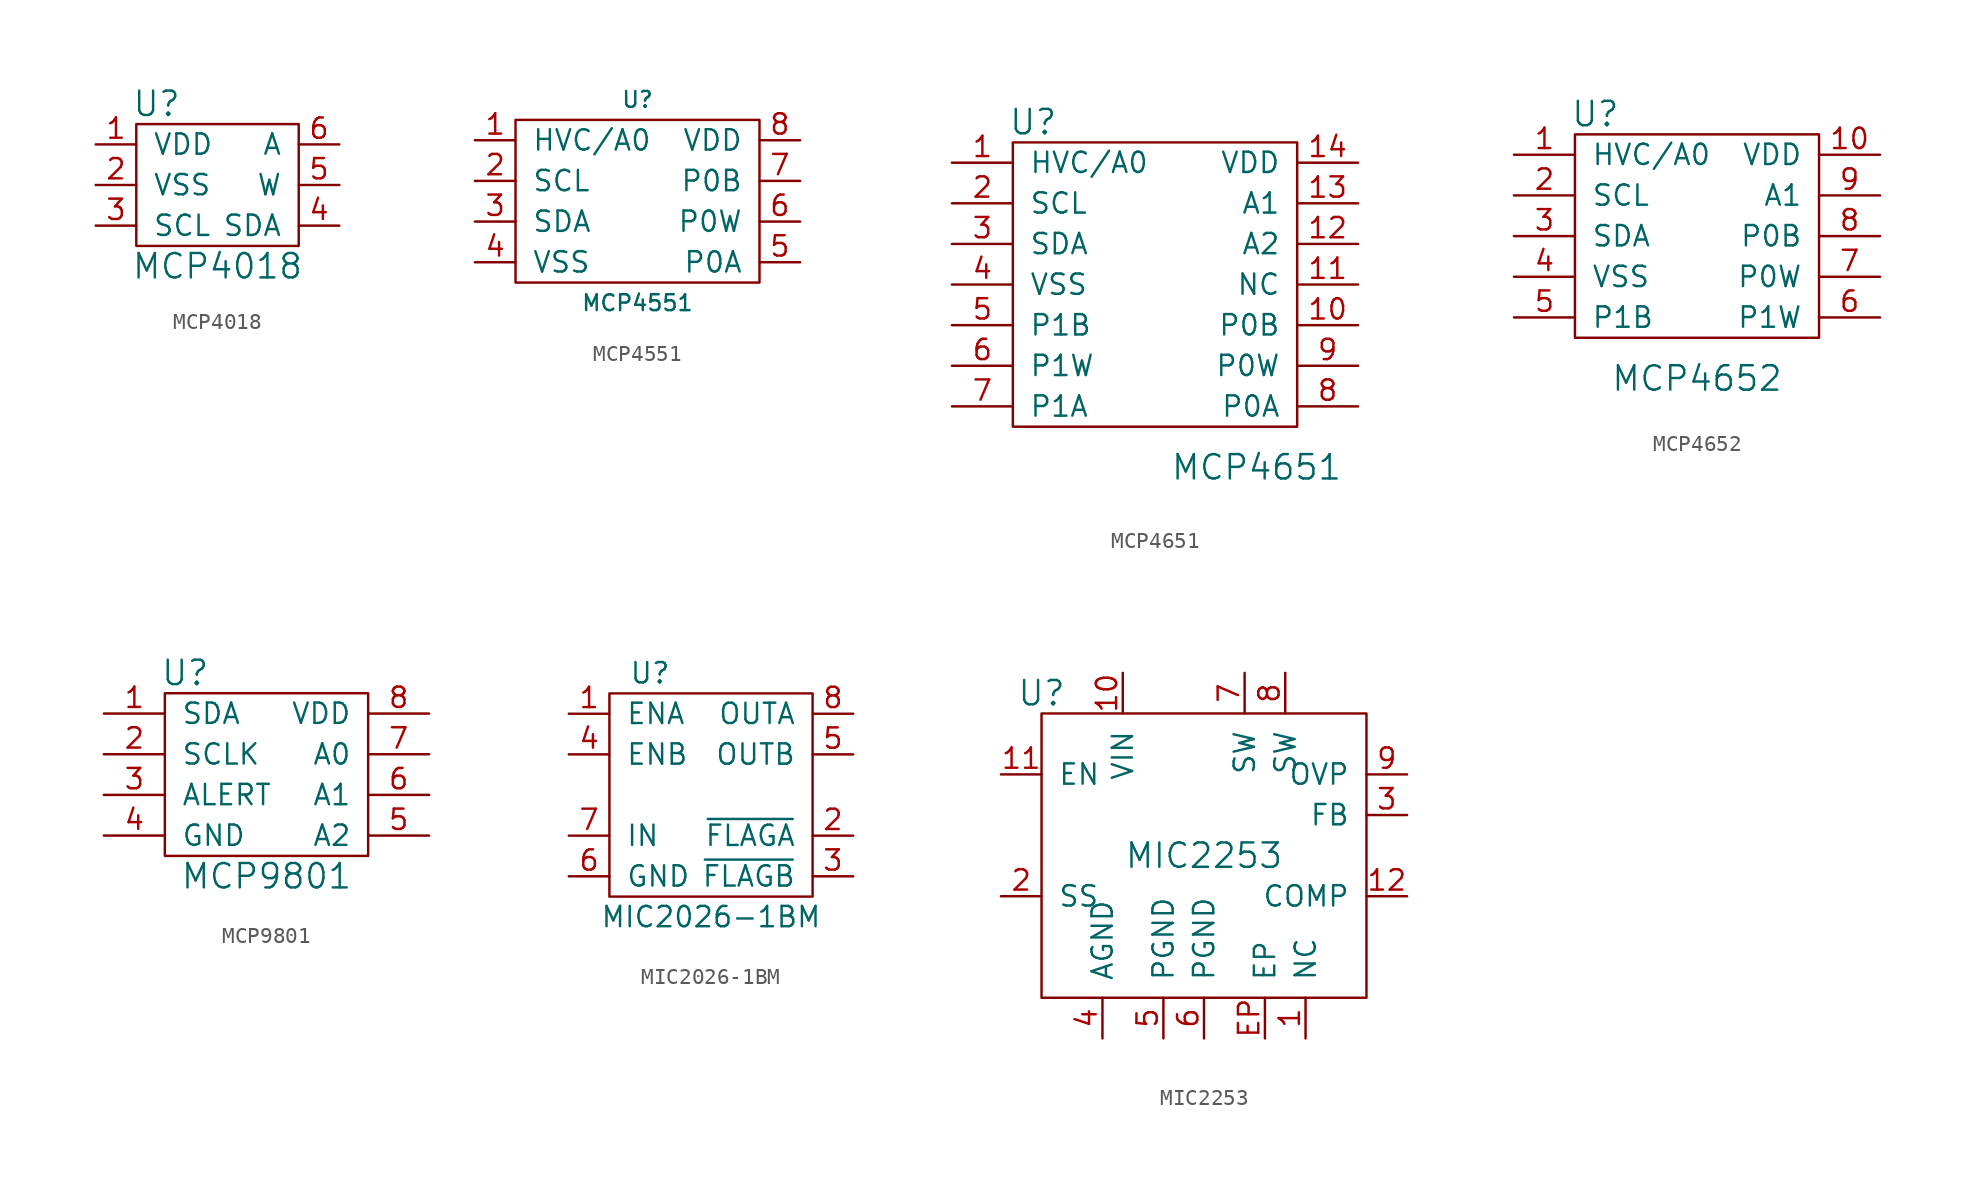
<source format=kicad_sym>
(kicad_symbol_lib
  (version 20211014)
  (generator kicad_symbol_editor)
  (symbol "MCP4018"
    (pin_names
      (offset 1.016))
    (property "Reference" "U"
      (at -3.81 5.08 0)
      (effects (font (size 1.524 1.524))))
    (property "Value" "MCP4018"
      (at 0 -5.08 0)
      (effects (font (size 1.524 1.524))))
    (symbol "MCP4018_0_1"
      (rectangle (start -5.08 3.81) (end 5.08 -3.81) (stroke (width 0) (type default) (color 0 0 0 0)) (fill (type none))))
    (symbol "MCP4018_1_1"
      (pin input line (at -7.62 2.54 0) (length 2.54) (name "VDD" (effects (font (size 1.27 1.27)))) (number "1" (effects (font (size 1.27 1.27)))))
      (pin passive line (at -7.62 0 0) (length 2.54) (name "VSS" (effects (font (size 1.27 1.27)))) (number "2" (effects (font (size 1.27 1.27)))))
      (pin passive line (at -7.62 -2.54 0) (length 2.54) (name "SCL" (effects (font (size 1.27 1.27)))) (number "3" (effects (font (size 1.27 1.27)))))
      (pin passive line (at 7.62 -2.54 180) (length 2.54) (name "SDA" (effects (font (size 1.27 1.27)))) (number "4" (effects (font (size 1.27 1.27)))))
      (pin passive line (at 7.62 0 180) (length 2.54) (name "W" (effects (font (size 1.27 1.27)))) (number "5" (effects (font (size 1.27 1.27)))))
      (pin passive line (at 7.62 2.54 180) (length 2.54) (name "A" (effects (font (size 1.27 1.27)))) (number "6" (effects (font (size 1.27 1.27)))))))
  (symbol "MCP4551"
    (pin_names
      (offset 1.016))
    (property "Reference" "U"
      (at 0 6.35 0)
      (effects (font (size 0.991 0.991))))
    (property "Value" "MCP4551"
      (at 0 -6.35 0)
      (effects (font (size 0.991 0.991))))
    (symbol "MCP4551_0_1"
      (rectangle (start -7.62 5.08) (end 7.62 -5.08) (stroke (width 0) (type default) (color 0 0 0 0)) (fill (type none))))
    (symbol "MCP4551_1_1"
      (pin passive line (at -10.16 3.81 0) (length 2.54) (name "HVC/A0" (effects (font (size 1.27 1.27)))) (number "1" (effects (font (size 1.27 1.27)))))
      (pin passive line (at -10.16 1.27 0) (length 2.54) (name "SCL" (effects (font (size 1.27 1.27)))) (number "2" (effects (font (size 1.27 1.27)))))
      (pin passive line (at -10.16 -1.27 0) (length 2.54) (name "SDA" (effects (font (size 1.27 1.27)))) (number "3" (effects (font (size 1.27 1.27)))))
      (pin passive line (at -10.16 -3.81 0) (length 2.54) (name "VSS" (effects (font (size 1.27 1.27)))) (number "4" (effects (font (size 1.27 1.27)))))
      (pin passive line (at 10.16 -3.81 180) (length 2.54) (name "P0A" (effects (font (size 1.27 1.27)))) (number "5" (effects (font (size 1.27 1.27)))))
      (pin passive line (at 10.16 -1.27 180) (length 2.54) (name "P0W" (effects (font (size 1.27 1.27)))) (number "6" (effects (font (size 1.27 1.27)))))
      (pin passive line (at 10.16 1.27 180) (length 2.54) (name "P0B" (effects (font (size 1.27 1.27)))) (number "7" (effects (font (size 1.27 1.27)))))
      (pin passive line (at 10.16 3.81 180) (length 2.54) (name "VDD" (effects (font (size 1.27 1.27)))) (number "8" (effects (font (size 1.27 1.27)))))))
  (symbol "MCP4651"
    (pin_names
      (offset 1.016))
    (property "Reference" "U"
      (at -7.62 10.16 0)
      (effects (font (size 1.524 1.524))))
    (property "Value" "MCP4651"
      (at 6.35 -11.43 0)
      (effects (font (size 1.524 1.524))))
    (property "Footprint" ""
      (at 0 0 0)
      (effects (font (size 1.524 1.524))))
    (property "Datasheet" ""
      (at 0 0 0)
      (effects (font (size 1.524 1.524))))
    (symbol "MCP4651_0_1"
      (rectangle (start -8.89 8.89) (end 8.89 -8.89) (stroke (width 0) (type default) (color 0 0 0 0)) (fill (type none))))
    (symbol "MCP4651_1_1"
      (pin passive line (at -12.7 7.62 0) (length 3.81) (name "HVC/A0" (effects (font (size 1.27 1.27)))) (number "1" (effects (font (size 1.27 1.27)))))
      (pin passive line (at 12.7 -2.54 180) (length 3.81) (name "P0B" (effects (font (size 1.27 1.27)))) (number "10" (effects (font (size 1.27 1.27)))))
      (pin input line (at 12.7 0 180) (length 3.81) (name "NC" (effects (font (size 1.27 1.27)))) (number "11" (effects (font (size 1.27 1.27)))))
      (pin passive line (at 12.7 2.54 180) (length 3.81) (name "A2" (effects (font (size 1.27 1.27)))) (number "12" (effects (font (size 1.27 1.27)))))
      (pin passive line (at 12.7 5.08 180) (length 3.81) (name "A1" (effects (font (size 1.27 1.27)))) (number "13" (effects (font (size 1.27 1.27)))))
      (pin passive line (at 12.7 7.62 180) (length 3.81) (name "VDD" (effects (font (size 1.27 1.27)))) (number "14" (effects (font (size 1.27 1.27)))))
      (pin passive line (at -12.7 5.08 0) (length 3.81) (name "SCL" (effects (font (size 1.27 1.27)))) (number "2" (effects (font (size 1.27 1.27)))))
      (pin passive line (at -12.7 2.54 0) (length 3.81) (name "SDA" (effects (font (size 1.27 1.27)))) (number "3" (effects (font (size 1.27 1.27)))))
      (pin passive line (at -12.7 0 0) (length 3.81) (name "VSS" (effects (font (size 1.27 1.27)))) (number "4" (effects (font (size 1.27 1.27)))))
      (pin passive line (at -12.7 -2.54 0) (length 3.81) (name "P1B" (effects (font (size 1.27 1.27)))) (number "5" (effects (font (size 1.27 1.27)))))
      (pin passive line (at -12.7 -5.08 0) (length 3.81) (name "P1W" (effects (font (size 1.27 1.27)))) (number "6" (effects (font (size 1.27 1.27)))))
      (pin passive line (at -12.7 -7.62 0) (length 3.81) (name "P1A" (effects (font (size 1.27 1.27)))) (number "7" (effects (font (size 1.27 1.27)))))
      (pin passive line (at 12.7 -7.62 180) (length 3.81) (name "P0A" (effects (font (size 1.27 1.27)))) (number "8" (effects (font (size 1.27 1.27)))))
      (pin passive line (at 12.7 -5.08 180) (length 3.81) (name "P0W" (effects (font (size 1.27 1.27)))) (number "9" (effects (font (size 1.27 1.27)))))))
  (symbol "MCP4652"
    (pin_names
      (offset 1.016))
    (property "Reference" "U"
      (at -6.35 7.62 0)
      (effects (font (size 1.524 1.524))))
    (property "Value" "MCP4652"
      (at 0 -8.89 0)
      (effects (font (size 1.524 1.524))))
    (property "Footprint" ""
      (at 0 0 0)
      (effects (font (size 1.524 1.524))))
    (property "Datasheet" ""
      (at 0 0 0)
      (effects (font (size 1.524 1.524))))
    (symbol "MCP4652_0_1"
      (rectangle (start -7.62 6.35) (end 7.62 -6.35) (stroke (width 0) (type default) (color 0 0 0 0)) (fill (type none))))
    (symbol "MCP4652_1_1"
      (pin passive line (at -11.43 5.08 0) (length 3.81) (name "HVC/A0" (effects (font (size 1.27 1.27)))) (number "1" (effects (font (size 1.27 1.27)))))
      (pin passive line (at 11.43 5.08 180) (length 3.81) (name "VDD" (effects (font (size 1.27 1.27)))) (number "10" (effects (font (size 1.27 1.27)))))
      (pin passive line (at -11.43 2.54 0) (length 3.81) (name "SCL" (effects (font (size 1.27 1.27)))) (number "2" (effects (font (size 1.27 1.27)))))
      (pin passive line (at -11.43 0 0) (length 3.81) (name "SDA" (effects (font (size 1.27 1.27)))) (number "3" (effects (font (size 1.27 1.27)))))
      (pin passive line (at -11.43 -2.54 0) (length 3.81) (name "VSS" (effects (font (size 1.27 1.27)))) (number "4" (effects (font (size 1.27 1.27)))))
      (pin passive line (at -11.43 -5.08 0) (length 3.81) (name "P1B" (effects (font (size 1.27 1.27)))) (number "5" (effects (font (size 1.27 1.27)))))
      (pin passive line (at 11.43 -5.08 180) (length 3.81) (name "P1W" (effects (font (size 1.27 1.27)))) (number "6" (effects (font (size 1.27 1.27)))))
      (pin passive line (at 11.43 -2.54 180) (length 3.81) (name "P0W" (effects (font (size 1.27 1.27)))) (number "7" (effects (font (size 1.27 1.27)))))
      (pin passive line (at 11.43 0 180) (length 3.81) (name "P0B" (effects (font (size 1.27 1.27)))) (number "8" (effects (font (size 1.27 1.27)))))
      (pin passive line (at 11.43 2.54 180) (length 3.81) (name "A1" (effects (font (size 1.27 1.27)))) (number "9" (effects (font (size 1.27 1.27)))))))
  (symbol "MCP9801"
    (pin_names
      (offset 1.016))
    (property "Reference" "U"
      (at -5.08 6.35 0)
      (effects (font (size 1.524 1.524))))
    (property "Value" "MCP9801"
      (at 0 -6.35 0)
      (effects (font (size 1.524 1.524))))
    (property "Footprint" ""
      (at 0 0 0)
      (effects (font (size 1.524 1.524))))
    (property "Datasheet" ""
      (at 0 0 0)
      (effects (font (size 1.524 1.524))))
    (symbol "MCP9801_0_1"
      (rectangle (start -6.35 5.08) (end 6.35 -5.08) (stroke (width 0) (type default) (color 0 0 0 0)) (fill (type none))))
    (symbol "MCP9801_1_1"
      (pin passive line (at -10.16 3.81 0) (length 3.81) (name "SDA" (effects (font (size 1.27 1.27)))) (number "1" (effects (font (size 1.27 1.27)))))
      (pin passive line (at -10.16 1.27 0) (length 3.81) (name "SCLK" (effects (font (size 1.27 1.27)))) (number "2" (effects (font (size 1.27 1.27)))))
      (pin passive line (at -10.16 -1.27 0) (length 3.81) (name "ALERT" (effects (font (size 1.27 1.27)))) (number "3" (effects (font (size 1.27 1.27)))))
      (pin passive line (at -10.16 -3.81 0) (length 3.81) (name "GND" (effects (font (size 1.27 1.27)))) (number "4" (effects (font (size 1.27 1.27)))))
      (pin passive line (at 10.16 -3.81 180) (length 3.81) (name "A2" (effects (font (size 1.27 1.27)))) (number "5" (effects (font (size 1.27 1.27)))))
      (pin passive line (at 10.16 -1.27 180) (length 3.81) (name "A1" (effects (font (size 1.27 1.27)))) (number "6" (effects (font (size 1.27 1.27)))))
      (pin passive line (at 10.16 1.27 180) (length 3.81) (name "A0" (effects (font (size 1.27 1.27)))) (number "7" (effects (font (size 1.27 1.27)))))
      (pin passive line (at 10.16 3.81 180) (length 3.81) (name "VDD" (effects (font (size 1.27 1.27)))) (number "8" (effects (font (size 1.27 1.27)))))))
  (symbol "MIC2026-1BM"
    (pin_names
      (offset 1.016))
    (property "Reference" "U"
      (at -3.81 7.62 0)
      (effects (font (size 1.27 1.27))))
    (property "Value" "MIC2026-1BM"
      (at 0 -7.62 0)
      (effects (font (size 1.27 1.27))))
    (symbol "MIC2026-1BM_0_1"
      (rectangle (start -6.35 6.35) (end 6.35 -6.35) (stroke (width 0) (type default) (color 0 0 0 0)) (fill (type none))))
    (symbol "MIC2026-1BM_1_1"
      (pin passive line (at -8.89 5.08 0) (length 2.54) (name "ENA" (effects (font (size 1.27 1.27)))) (number "1" (effects (font (size 1.27 1.27)))))
      (pin passive line (at 8.89 -2.54 180) (length 2.54) (name "~{FLAGA}" (effects (font (size 1.27 1.27)))) (number "2" (effects (font (size 1.27 1.27)))))
      (pin passive line (at 8.89 -5.08 180) (length 2.54) (name "~{FLAGB}" (effects (font (size 1.27 1.27)))) (number "3" (effects (font (size 1.27 1.27)))))
      (pin passive line (at -8.89 2.54 0) (length 2.54) (name "ENB" (effects (font (size 1.27 1.27)))) (number "4" (effects (font (size 1.27 1.27)))))
      (pin passive line (at 8.89 2.54 180) (length 2.54) (name "OUTB" (effects (font (size 1.27 1.27)))) (number "5" (effects (font (size 1.27 1.27)))))
      (pin passive line (at -8.89 -5.08 0) (length 2.54) (name "GND" (effects (font (size 1.27 1.27)))) (number "6" (effects (font (size 1.27 1.27)))))
      (pin passive line (at -8.89 -2.54 0) (length 2.54) (name "IN" (effects (font (size 1.27 1.27)))) (number "7" (effects (font (size 1.27 1.27)))))
      (pin passive line (at 8.89 5.08 180) (length 2.54) (name "OUTA" (effects (font (size 1.27 1.27)))) (number "8" (effects (font (size 1.27 1.27)))))))
  (symbol "MIC2253"
    (pin_names
      (offset 1.016))
    (property "Reference" "U"
      (at -10.16 10.16 0)
      (effects (font (size 1.524 1.524))))
    (property "Value" "MIC2253"
      (at 0 0 0)
      (effects (font (size 1.524 1.524))))
    (symbol "MIC2253_0_1"
      (rectangle (start -10.16 8.89) (end 10.16 -8.89) (stroke (width 0) (type default) (color 0 0 0 0)) (fill (type none))))
    (symbol "MIC2253_1_1"
      (pin passive line (at 6.35 -11.43 90) (length 2.54) (name "NC" (effects (font (size 1.27 1.27)))) (number "1" (effects (font (size 1.27 1.27)))))
      (pin passive line (at -5.08 11.43 270) (length 2.54) (name "VIN" (effects (font (size 1.27 1.27)))) (number "10" (effects (font (size 1.27 1.27)))))
      (pin passive line (at -12.7 5.08 0) (length 2.54) (name "EN" (effects (font (size 1.27 1.27)))) (number "11" (effects (font (size 1.27 1.27)))))
      (pin passive line (at 12.7 -2.54 180) (length 2.54) (name "COMP" (effects (font (size 1.27 1.27)))) (number "12" (effects (font (size 1.27 1.27)))))
      (pin passive line (at -12.7 -2.54 0) (length 2.54) (name "SS" (effects (font (size 1.27 1.27)))) (number "2" (effects (font (size 1.27 1.27)))))
      (pin passive line (at 12.7 2.54 180) (length 2.54) (name "FB" (effects (font (size 1.27 1.27)))) (number "3" (effects (font (size 1.27 1.27)))))
      (pin passive line (at -6.35 -11.43 90) (length 2.54) (name "AGND" (effects (font (size 1.27 1.27)))) (number "4" (effects (font (size 1.27 1.27)))))
      (pin passive line (at -2.54 -11.43 90) (length 2.54) (name "PGND" (effects (font (size 1.27 1.27)))) (number "5" (effects (font (size 1.27 1.27)))))
      (pin passive line (at 0 -11.43 90) (length 2.54) (name "PGND" (effects (font (size 1.27 1.27)))) (number "6" (effects (font (size 1.27 1.27)))))
      (pin passive line (at 2.54 11.43 270) (length 2.54) (name "SW" (effects (font (size 1.27 1.27)))) (number "7" (effects (font (size 1.27 1.27)))))
      (pin passive line (at 5.08 11.43 270) (length 2.54) (name "SW" (effects (font (size 1.27 1.27)))) (number "8" (effects (font (size 1.27 1.27)))))
      (pin passive line (at 12.7 5.08 180) (length 2.54) (name "OVP" (effects (font (size 1.27 1.27)))) (number "9" (effects (font (size 1.27 1.27)))))
      (pin passive line (at 3.81 -11.43 90) (length 2.54) (name "EP" (effects (font (size 1.27 1.27)))) (number "EP" (effects (font (size 1.27 1.27))))))))
</source>
